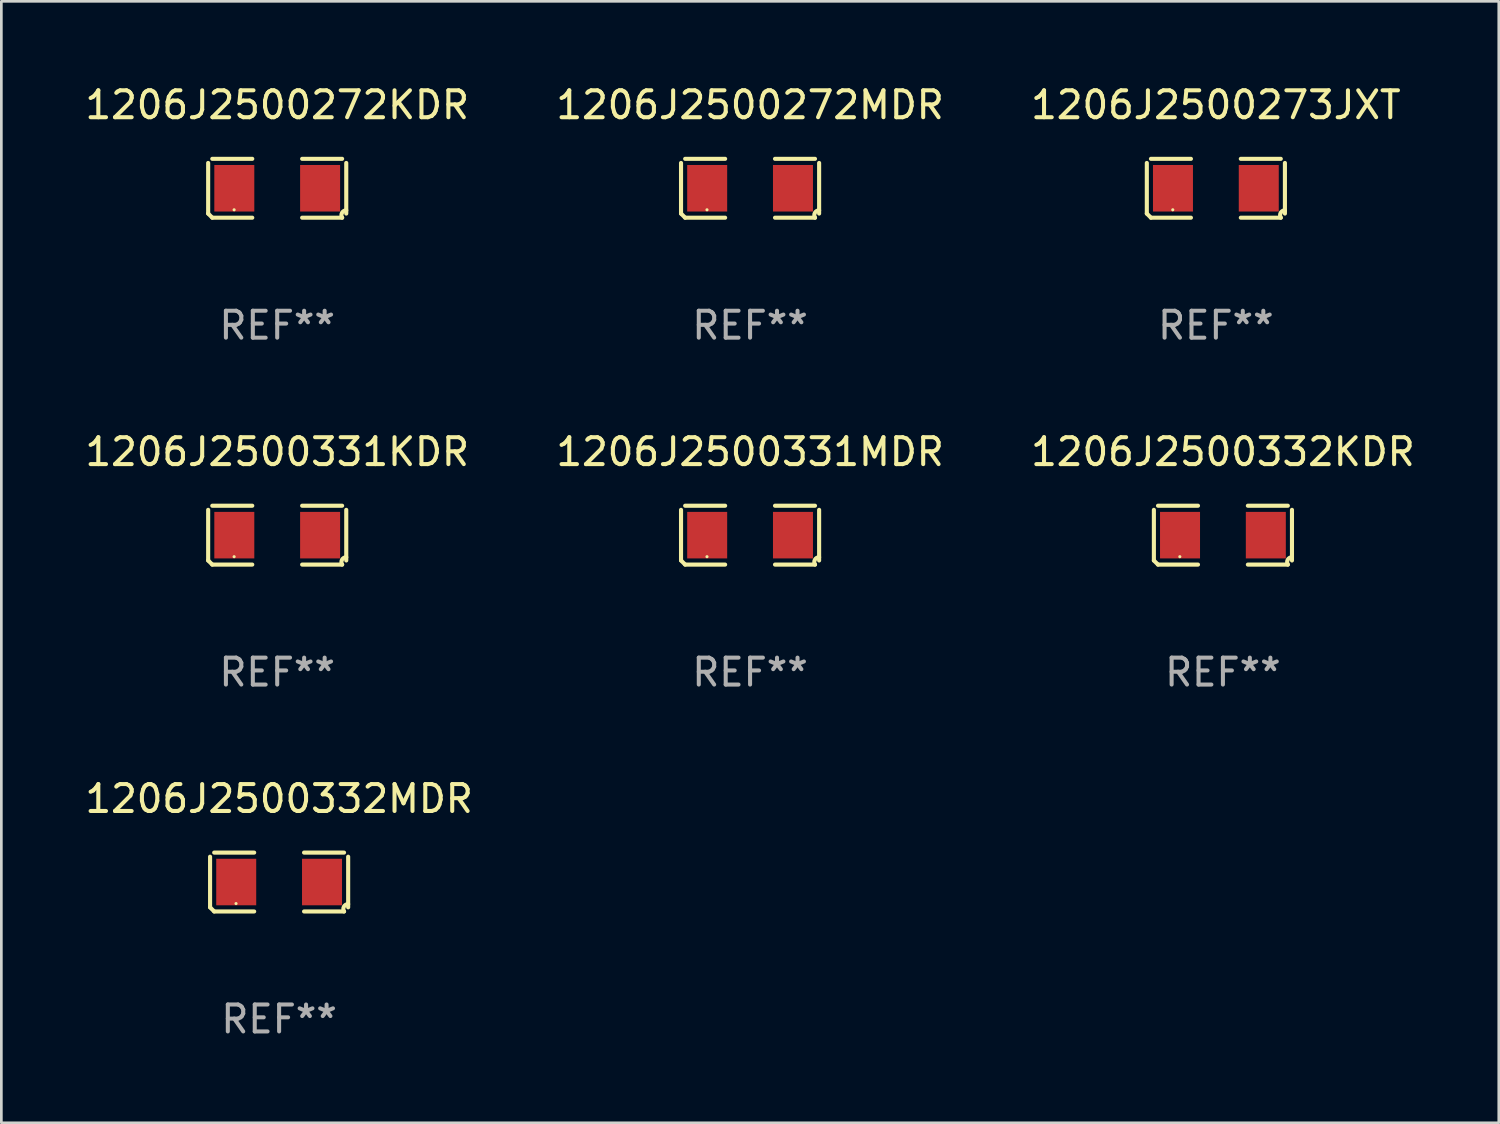
<source format=kicad_pcb>
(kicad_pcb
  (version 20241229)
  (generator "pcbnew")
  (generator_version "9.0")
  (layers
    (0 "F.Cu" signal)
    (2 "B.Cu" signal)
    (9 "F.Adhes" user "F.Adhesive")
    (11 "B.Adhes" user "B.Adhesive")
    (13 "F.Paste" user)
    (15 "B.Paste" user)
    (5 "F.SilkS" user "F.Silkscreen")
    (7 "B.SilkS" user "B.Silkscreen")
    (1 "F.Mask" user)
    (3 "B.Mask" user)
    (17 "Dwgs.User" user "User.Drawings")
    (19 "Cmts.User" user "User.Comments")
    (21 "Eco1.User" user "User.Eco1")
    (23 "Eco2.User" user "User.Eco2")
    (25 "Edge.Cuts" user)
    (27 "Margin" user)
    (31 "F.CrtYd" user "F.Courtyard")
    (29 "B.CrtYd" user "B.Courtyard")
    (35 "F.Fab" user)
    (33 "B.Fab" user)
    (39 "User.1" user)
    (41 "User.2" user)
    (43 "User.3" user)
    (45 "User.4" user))
  (footprint "1206J2500273JXT"
    (layer "F.Cu")
    (at 42.101 3.941)
    (property "Reference" "1206J2500273JXT" (at 0 -3.093 0) (layer "F.SilkS") (effects (font (size 1 1) (thickness 0.15))))
    (attr through_hole)
    (fp_line (start -2.564 0.94) (end -2.564 -0.94) (stroke (width 0.152) (type solid)) (layer "F.SilkS"))
    (fp_line (start -2.411 -1.093) (end -0.926 -1.093) (stroke (width 0.152) (type solid)) (layer "F.SilkS"))
    (fp_line (start -0.926 1.093) (end -2.411 1.093) (stroke (width 0.152) (type solid)) (layer "F.SilkS"))
    (fp_line (start 0.926 1.093) (end 2.411 1.093) (stroke (width 0.152) (type solid)) (layer "F.SilkS"))
    (fp_line (start 2.411 -1.093) (end 0.926 -1.093) (stroke (width 0.152) (type solid)) (layer "F.SilkS"))
    (fp_line (start 2.564 0.94) (end 2.564 -0.94) (stroke (width 0.152) (type solid)) (layer "F.SilkS"))
    (fp_arc (start -2.411201 1.092609) (mid -2.487413 1.01642) (end -2.563602 0.940208) (stroke (width 0.1524) (type solid)) (layer "F.SilkS"))
    (fp_arc (start 2.411201 1.092609) (mid 2.407159 0.911226) (end 2.563602 0.819347) (stroke (width 0.1524) (type solid)) (layer "F.SilkS"))
    (fp_circle (center -1.6 0.8) (end -1.57 0.8) (stroke (width 0.06) (type solid)) (fill no) (layer "F.SilkS"))
    (fp_text user "REF**" (at 0 5.093 0) (layer "F.Fab") (effects (font (size 1 1) (thickness 0.15))))
    (pad "1" smd rect (at -1.593 0) (size 1.485 1.728) (layers "F.Cu" "F.Mask" "F.Paste"))
    (pad "2" smd rect (at 1.593 0) (size 1.485 1.728) (layers "F.Cu" "F.Mask" "F.Paste")))
  (footprint "1206J2500332MDR"
    (layer "F.Cu")
    (at 7.315 29.704)
    (property "Reference" "1206J2500332MDR" (at 0 -3.093 0) (layer "F.SilkS") (effects (font (size 1 1) (thickness 0.15))))
    (attr through_hole)
    (fp_line (start -2.564 0.94) (end -2.564 -0.94) (stroke (width 0.152) (type solid)) (layer "F.SilkS"))
    (fp_line (start -2.411 -1.093) (end -0.926 -1.093) (stroke (width 0.152) (type solid)) (layer "F.SilkS"))
    (fp_line (start -0.926 1.093) (end -2.411 1.093) (stroke (width 0.152) (type solid)) (layer "F.SilkS"))
    (fp_line (start 0.926 1.093) (end 2.411 1.093) (stroke (width 0.152) (type solid)) (layer "F.SilkS"))
    (fp_line (start 2.411 -1.093) (end 0.926 -1.093) (stroke (width 0.152) (type solid)) (layer "F.SilkS"))
    (fp_line (start 2.564 0.94) (end 2.564 -0.94) (stroke (width 0.152) (type solid)) (layer "F.SilkS"))
    (fp_arc (start -2.411201 1.092609) (mid -2.487413 1.01642) (end -2.563602 0.940208) (stroke (width 0.1524) (type solid)) (layer "F.SilkS"))
    (fp_arc (start 2.411201 1.092609) (mid 2.407159 0.911226) (end 2.563602 0.819347) (stroke (width 0.1524) (type solid)) (layer "F.SilkS"))
    (fp_circle (center -1.6 0.8) (end -1.57 0.8) (stroke (width 0.06) (type solid)) (fill no) (layer "F.SilkS"))
    (fp_text user "REF**" (at 0 5.093 0) (layer "F.Fab") (effects (font (size 1 1) (thickness 0.15))))
    (pad "1" smd rect (at -1.593 0) (size 1.485 1.728) (layers "F.Cu" "F.Mask" "F.Paste"))
    (pad "2" smd rect (at 1.593 0) (size 1.485 1.728) (layers "F.Cu" "F.Mask" "F.Paste")))
  (footprint "1206J2500272MDR"
    (layer "F.Cu")
    (at 24.804 3.941)
    (property "Reference" "1206J2500272MDR" (at 0 -3.093 0) (layer "F.SilkS") (effects (font (size 1 1) (thickness 0.15))))
    (attr through_hole)
    (fp_line (start -2.564 0.94) (end -2.564 -0.94) (stroke (width 0.152) (type solid)) (layer "F.SilkS"))
    (fp_line (start -2.411 -1.093) (end -0.926 -1.093) (stroke (width 0.152) (type solid)) (layer "F.SilkS"))
    (fp_line (start -0.926 1.093) (end -2.411 1.093) (stroke (width 0.152) (type solid)) (layer "F.SilkS"))
    (fp_line (start 0.926 1.093) (end 2.411 1.093) (stroke (width 0.152) (type solid)) (layer "F.SilkS"))
    (fp_line (start 2.411 -1.093) (end 0.926 -1.093) (stroke (width 0.152) (type solid)) (layer "F.SilkS"))
    (fp_line (start 2.564 0.94) (end 2.564 -0.94) (stroke (width 0.152) (type solid)) (layer "F.SilkS"))
    (fp_arc (start -2.411201 1.092609) (mid -2.487413 1.01642) (end -2.563602 0.940208) (stroke (width 0.1524) (type solid)) (layer "F.SilkS"))
    (fp_arc (start 2.411201 1.092609) (mid 2.407159 0.911226) (end 2.563602 0.819347) (stroke (width 0.1524) (type solid)) (layer "F.SilkS"))
    (fp_circle (center -1.6 0.8) (end -1.57 0.8) (stroke (width 0.06) (type solid)) (fill no) (layer "F.SilkS"))
    (fp_text user "REF**" (at 0 5.093 0) (layer "F.Fab") (effects (font (size 1 1) (thickness 0.15))))
    (pad "1" smd rect (at -1.593 0) (size 1.485 1.728) (layers "F.Cu" "F.Mask" "F.Paste"))
    (pad "2" smd rect (at 1.593 0) (size 1.485 1.728) (layers "F.Cu" "F.Mask" "F.Paste")))
  (footprint "1206J2500272KDR"
    (layer "F.Cu")
    (at 7.244 3.941)
    (property "Reference" "1206J2500272KDR" (at 0 -3.093 0) (layer "F.SilkS") (effects (font (size 1 1) (thickness 0.15))))
    (attr through_hole)
    (fp_line (start -2.564 0.94) (end -2.564 -0.94) (stroke (width 0.152) (type solid)) (layer "F.SilkS"))
    (fp_line (start -2.411 -1.093) (end -0.926 -1.093) (stroke (width 0.152) (type solid)) (layer "F.SilkS"))
    (fp_line (start -0.926 1.093) (end -2.411 1.093) (stroke (width 0.152) (type solid)) (layer "F.SilkS"))
    (fp_line (start 0.926 1.093) (end 2.411 1.093) (stroke (width 0.152) (type solid)) (layer "F.SilkS"))
    (fp_line (start 2.411 -1.093) (end 0.926 -1.093) (stroke (width 0.152) (type solid)) (layer "F.SilkS"))
    (fp_line (start 2.564 0.94) (end 2.564 -0.94) (stroke (width 0.152) (type solid)) (layer "F.SilkS"))
    (fp_arc (start -2.411201 1.092609) (mid -2.487413 1.01642) (end -2.563602 0.940208) (stroke (width 0.1524) (type solid)) (layer "F.SilkS"))
    (fp_arc (start 2.411201 1.092609) (mid 2.407159 0.911226) (end 2.563602 0.819347) (stroke (width 0.1524) (type solid)) (layer "F.SilkS"))
    (fp_circle (center -1.6 0.8) (end -1.57 0.8) (stroke (width 0.06) (type solid)) (fill no) (layer "F.SilkS"))
    (fp_text user "REF**" (at 0 5.093 0) (layer "F.Fab") (effects (font (size 1 1) (thickness 0.15))))
    (pad "1" smd rect (at -1.593 0) (size 1.485 1.728) (layers "F.Cu" "F.Mask" "F.Paste"))
    (pad "2" smd rect (at 1.593 0) (size 1.485 1.728) (layers "F.Cu" "F.Mask" "F.Paste")))
  (footprint "1206J2500331MDR"
    (layer "F.Cu")
    (at 24.804 16.823)
    (property "Reference" "1206J2500331MDR" (at 0 -3.093 0) (layer "F.SilkS") (effects (font (size 1 1) (thickness 0.15))))
    (attr through_hole)
    (fp_line (start -2.564 0.94) (end -2.564 -0.94) (stroke (width 0.152) (type solid)) (layer "F.SilkS"))
    (fp_line (start -2.411 -1.093) (end -0.926 -1.093) (stroke (width 0.152) (type solid)) (layer "F.SilkS"))
    (fp_line (start -0.926 1.093) (end -2.411 1.093) (stroke (width 0.152) (type solid)) (layer "F.SilkS"))
    (fp_line (start 0.926 1.093) (end 2.411 1.093) (stroke (width 0.152) (type solid)) (layer "F.SilkS"))
    (fp_line (start 2.411 -1.093) (end 0.926 -1.093) (stroke (width 0.152) (type solid)) (layer "F.SilkS"))
    (fp_line (start 2.564 0.94) (end 2.564 -0.94) (stroke (width 0.152) (type solid)) (layer "F.SilkS"))
    (fp_arc (start -2.411201 1.092609) (mid -2.487413 1.01642) (end -2.563602 0.940208) (stroke (width 0.1524) (type solid)) (layer "F.SilkS"))
    (fp_arc (start 2.411201 1.092609) (mid 2.407159 0.911226) (end 2.563602 0.819347) (stroke (width 0.1524) (type solid)) (layer "F.SilkS"))
    (fp_circle (center -1.6 0.8) (end -1.57 0.8) (stroke (width 0.06) (type solid)) (fill no) (layer "F.SilkS"))
    (fp_text user "REF**" (at 0 5.093 0) (layer "F.Fab") (effects (font (size 1 1) (thickness 0.15))))
    (pad "1" smd rect (at -1.593 0) (size 1.485 1.728) (layers "F.Cu" "F.Mask" "F.Paste"))
    (pad "2" smd rect (at 1.593 0) (size 1.485 1.728) (layers "F.Cu" "F.Mask" "F.Paste")))
  (footprint "1206J2500332KDR"
    (layer "F.Cu")
    (at 42.363 16.823)
    (property "Reference" "1206J2500332KDR" (at 0 -3.093 0) (layer "F.SilkS") (effects (font (size 1 1) (thickness 0.15))))
    (attr through_hole)
    (fp_line (start -2.564 0.94) (end -2.564 -0.94) (stroke (width 0.152) (type solid)) (layer "F.SilkS"))
    (fp_line (start -2.411 -1.093) (end -0.926 -1.093) (stroke (width 0.152) (type solid)) (layer "F.SilkS"))
    (fp_line (start -0.926 1.093) (end -2.411 1.093) (stroke (width 0.152) (type solid)) (layer "F.SilkS"))
    (fp_line (start 0.926 1.093) (end 2.411 1.093) (stroke (width 0.152) (type solid)) (layer "F.SilkS"))
    (fp_line (start 2.411 -1.093) (end 0.926 -1.093) (stroke (width 0.152) (type solid)) (layer "F.SilkS"))
    (fp_line (start 2.564 0.94) (end 2.564 -0.94) (stroke (width 0.152) (type solid)) (layer "F.SilkS"))
    (fp_arc (start -2.411201 1.092609) (mid -2.487413 1.01642) (end -2.563602 0.940208) (stroke (width 0.1524) (type solid)) (layer "F.SilkS"))
    (fp_arc (start 2.411201 1.092609) (mid 2.407159 0.911226) (end 2.563602 0.819347) (stroke (width 0.1524) (type solid)) (layer "F.SilkS"))
    (fp_circle (center -1.6 0.8) (end -1.57 0.8) (stroke (width 0.06) (type solid)) (fill no) (layer "F.SilkS"))
    (fp_text user "REF**" (at 0 5.093 0) (layer "F.Fab") (effects (font (size 1 1) (thickness 0.15))))
    (pad "1" smd rect (at -1.593 0) (size 1.485 1.728) (layers "F.Cu" "F.Mask" "F.Paste"))
    (pad "2" smd rect (at 1.593 0) (size 1.485 1.728) (layers "F.Cu" "F.Mask" "F.Paste")))
  (footprint "1206J2500331KDR"
    (layer "F.Cu")
    (at 7.244 16.823)
    (property "Reference" "1206J2500331KDR" (at 0 -3.093 0) (layer "F.SilkS") (effects (font (size 1 1) (thickness 0.15))))
    (attr through_hole)
    (fp_line (start -2.564 0.94) (end -2.564 -0.94) (stroke (width 0.152) (type solid)) (layer "F.SilkS"))
    (fp_line (start -2.411 -1.093) (end -0.926 -1.093) (stroke (width 0.152) (type solid)) (layer "F.SilkS"))
    (fp_line (start -0.926 1.093) (end -2.411 1.093) (stroke (width 0.152) (type solid)) (layer "F.SilkS"))
    (fp_line (start 0.926 1.093) (end 2.411 1.093) (stroke (width 0.152) (type solid)) (layer "F.SilkS"))
    (fp_line (start 2.411 -1.093) (end 0.926 -1.093) (stroke (width 0.152) (type solid)) (layer "F.SilkS"))
    (fp_line (start 2.564 0.94) (end 2.564 -0.94) (stroke (width 0.152) (type solid)) (layer "F.SilkS"))
    (fp_arc (start -2.411201 1.092609) (mid -2.487413 1.01642) (end -2.563602 0.940208) (stroke (width 0.1524) (type solid)) (layer "F.SilkS"))
    (fp_arc (start 2.411201 1.092609) (mid 2.407159 0.911226) (end 2.563602 0.819347) (stroke (width 0.1524) (type solid)) (layer "F.SilkS"))
    (fp_circle (center -1.6 0.8) (end -1.57 0.8) (stroke (width 0.06) (type solid)) (fill no) (layer "F.SilkS"))
    (fp_text user "REF**" (at 0 5.093 0) (layer "F.Fab") (effects (font (size 1 1) (thickness 0.15))))
    (pad "1" smd rect (at -1.593 0) (size 1.485 1.728) (layers "F.Cu" "F.Mask" "F.Paste"))
    (pad "2" smd rect (at 1.593 0) (size 1.485 1.728) (layers "F.Cu" "F.Mask" "F.Paste")))
  (gr_rect
    (start -3 -3)
    (end 52.607 38.645)
    (stroke (width 0.1) (type default))
    (fill no)
    (layer "Edge.Cuts")))
</source>
